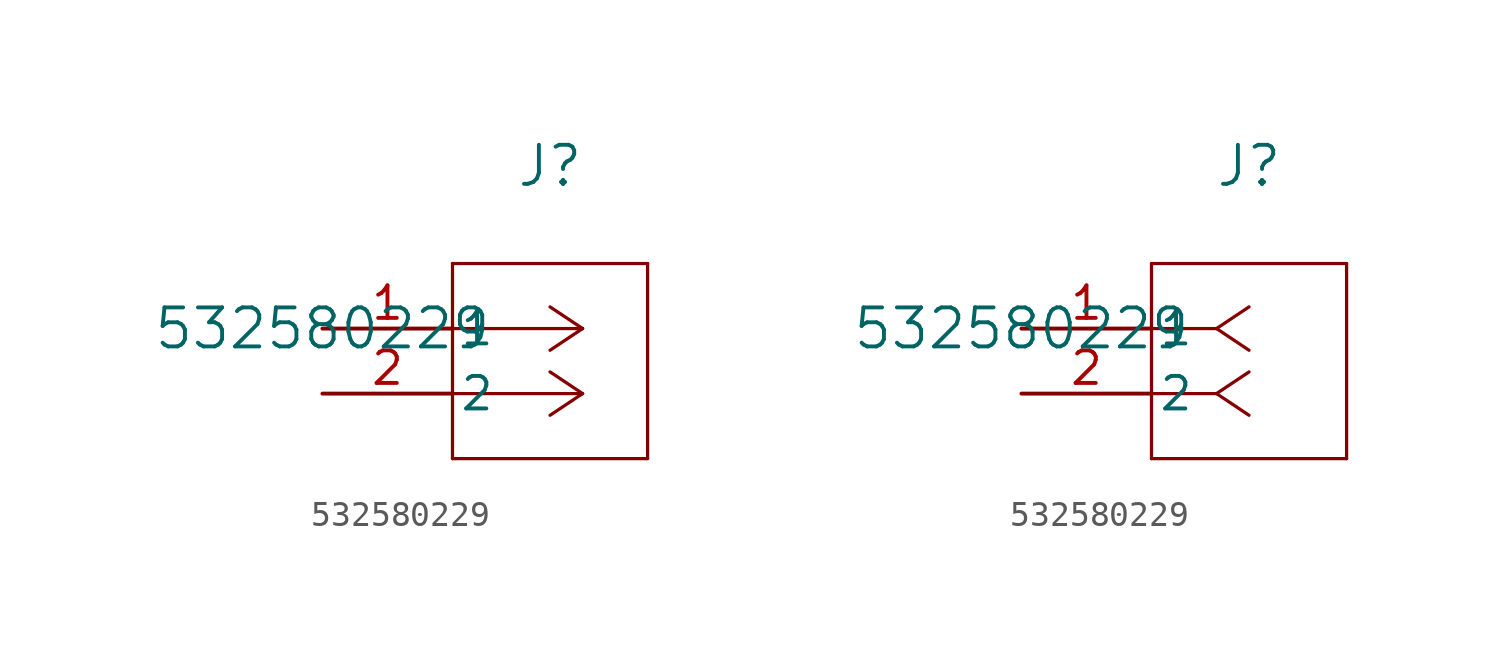
<source format=kicad_sym>
(kicad_symbol_lib
  (version 20231120)
  (generator "kicad_symbol_editor")
  (generator_version "8.0")
  (symbol "532580229"
    (pin_names
      (offset 0.254))
    (property "Reference" "J"
      (at 8.89 6.35 0)
      (effects (font (size 1.524 1.524))))
    (property "Value" "532580229"
      (at 0 0 0)
      (effects (font (size 1.524 1.524))))
    (property "ki_locked" ""
      (at 0 0 0)
      (effects (font (size 1.27 1.27))))
    (symbol "532580229_1_1"
      (polyline (pts (xy 5.08 -5.08) (xy 12.7 -5.08)) (stroke (width 0.127) (type default)) (fill (type none)))
      (polyline (pts (xy 5.08 2.54) (xy 5.08 -5.08)) (stroke (width 0.127) (type default)) (fill (type none)))
      (polyline (pts (xy 10.16 -2.54) (xy 5.08 -2.54)) (stroke (width 0.127) (type default)) (fill (type none)))
      (polyline (pts (xy 10.16 -2.54) (xy 8.89 -3.387)) (stroke (width 0.127) (type default)) (fill (type none)))
      (polyline (pts (xy 10.16 -2.54) (xy 8.89 -1.693)) (stroke (width 0.127) (type default)) (fill (type none)))
      (polyline (pts (xy 10.16 0) (xy 5.08 0)) (stroke (width 0.127) (type default)) (fill (type none)))
      (polyline (pts (xy 10.16 0) (xy 8.89 -0.847)) (stroke (width 0.127) (type default)) (fill (type none)))
      (polyline (pts (xy 10.16 0) (xy 8.89 0.847)) (stroke (width 0.127) (type default)) (fill (type none)))
      (polyline (pts (xy 12.7 -5.08) (xy 12.7 2.54)) (stroke (width 0.127) (type default)) (fill (type none)))
      (polyline (pts (xy 12.7 2.54) (xy 5.08 2.54)) (stroke (width 0.127) (type default)) (fill (type none)))
      (pin unspecified line (at 0 0 0) (length 5.08) (name "1" (effects (font (size 1.27 1.27)))) (number "1" (effects (font (size 1.27 1.27)))))
      (pin unspecified line (at 0 -2.54 0) (length 5.08) (name "2" (effects (font (size 1.27 1.27)))) (number "2" (effects (font (size 1.27 1.27))))))
    (symbol "532580229_1_2"
      (polyline (pts (xy 5.08 -5.08) (xy 12.7 -5.08)) (stroke (width 0.127) (type default)) (fill (type none)))
      (polyline (pts (xy 5.08 2.54) (xy 5.08 -5.08)) (stroke (width 0.127) (type default)) (fill (type none)))
      (polyline (pts (xy 7.62 -2.54) (xy 5.08 -2.54)) (stroke (width 0.127) (type default)) (fill (type none)))
      (polyline (pts (xy 7.62 -2.54) (xy 8.89 -3.387)) (stroke (width 0.127) (type default)) (fill (type none)))
      (polyline (pts (xy 7.62 -2.54) (xy 8.89 -1.693)) (stroke (width 0.127) (type default)) (fill (type none)))
      (polyline (pts (xy 7.62 0) (xy 5.08 0)) (stroke (width 0.127) (type default)) (fill (type none)))
      (polyline (pts (xy 7.62 0) (xy 8.89 -0.847)) (stroke (width 0.127) (type default)) (fill (type none)))
      (polyline (pts (xy 7.62 0) (xy 8.89 0.847)) (stroke (width 0.127) (type default)) (fill (type none)))
      (polyline (pts (xy 12.7 -5.08) (xy 12.7 2.54)) (stroke (width 0.127) (type default)) (fill (type none)))
      (polyline (pts (xy 12.7 2.54) (xy 5.08 2.54)) (stroke (width 0.127) (type default)) (fill (type none)))
      (pin unspecified line (at 0 0 0) (length 5.08) (name "1" (effects (font (size 1.27 1.27)))) (number "1" (effects (font (size 1.27 1.27)))))
      (pin unspecified line (at 0 -2.54 0) (length 5.08) (name "2" (effects (font (size 1.27 1.27)))) (number "2" (effects (font (size 1.27 1.27))))))))
</source>
